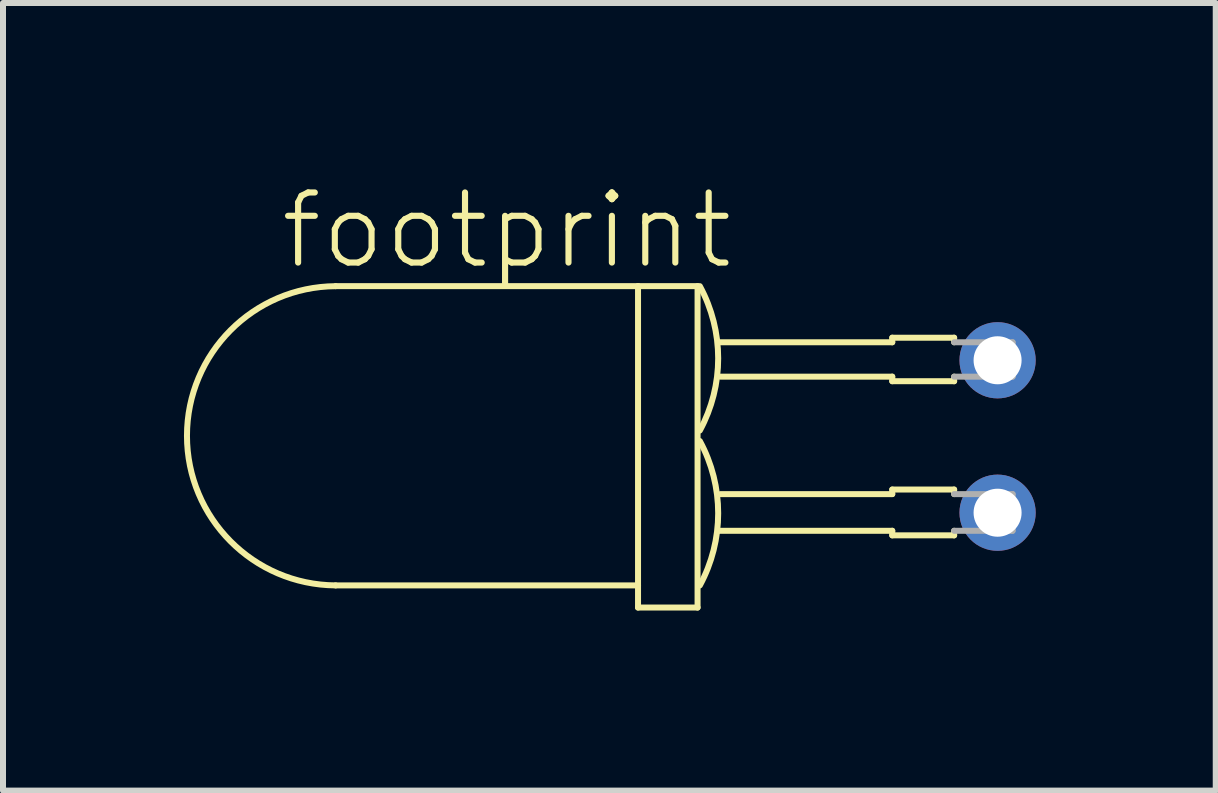
<source format=kicad_pcb>
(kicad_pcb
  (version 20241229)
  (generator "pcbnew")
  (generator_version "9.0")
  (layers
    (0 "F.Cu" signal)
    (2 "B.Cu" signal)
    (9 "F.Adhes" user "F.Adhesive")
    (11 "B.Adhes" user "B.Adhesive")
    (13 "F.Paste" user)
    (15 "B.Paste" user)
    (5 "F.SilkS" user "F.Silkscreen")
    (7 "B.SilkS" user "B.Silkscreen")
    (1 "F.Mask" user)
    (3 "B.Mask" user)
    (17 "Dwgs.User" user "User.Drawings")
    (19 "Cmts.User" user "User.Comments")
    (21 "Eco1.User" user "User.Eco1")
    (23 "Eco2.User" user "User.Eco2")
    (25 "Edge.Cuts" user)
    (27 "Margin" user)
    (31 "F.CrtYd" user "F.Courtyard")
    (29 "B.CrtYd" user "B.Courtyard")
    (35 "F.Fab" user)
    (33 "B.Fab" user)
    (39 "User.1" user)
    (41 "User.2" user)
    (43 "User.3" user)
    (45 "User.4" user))
  (footprint "footprint"
    (layer "F.Cu")
    (at 13.572 4.223)
    (property "Reference" "footprint" (at -12 -2.75 0) (layer "F.SilkS") (effects (font (size 1.168 1.168) (thickness 0.102)) (justify left bottom)))
    (fp_line (start -11.03 2.481) (end -5.991 2.481) (stroke (width 0.1) (type solid)) (layer "F.SilkS"))
    (fp_line (start -5.991 -2.505) (end -11.03 -2.505) (stroke (width 0.1) (type solid)) (layer "F.SilkS"))
    (fp_line (start -5.991 -2.505) (end -4.999 -2.505) (stroke (width 0.1) (type solid)) (layer "F.SilkS"))
    (fp_line (start -5.991 2.481) (end -5.991 -2.505) (stroke (width 0.1) (type solid)) (layer "F.SilkS"))
    (fp_line (start -5.991 2.85) (end -5.991 2.481) (stroke (width 0.1) (type solid)) (layer "F.SilkS"))
    (fp_line (start -4.999 -2.505) (end -4.999 2.85) (stroke (width 0.1) (type solid)) (layer "F.SilkS"))
    (fp_line (start -4.999 2.85) (end -5.991 2.85) (stroke (width 0.1) (type solid)) (layer "F.SilkS"))
    (fp_line (start -4.632 1.571) (end -1.755 1.571) (stroke (width 0.1) (type solid)) (layer "F.SilkS"))
    (fp_line (start -4.619 -1.57) (end -1.755 -1.57) (stroke (width 0.1) (type solid)) (layer "F.SilkS"))
    (fp_line (start -4.617 -0.997) (end -1.755 -0.997) (stroke (width 0.1) (type solid)) (layer "F.SilkS"))
    (fp_line (start -4.617 0.96) (end -1.755 0.96) (stroke (width 0.1) (type solid)) (layer "F.SilkS"))
    (fp_line (start -1.755 -1.646) (end -0.724 -1.646) (stroke (width 0.1) (type solid)) (layer "F.SilkS"))
    (fp_line (start -1.755 -1.57) (end -1.755 -1.646) (stroke (width 0.1) (type solid)) (layer "F.SilkS"))
    (fp_line (start -1.755 -0.997) (end -1.755 -0.921) (stroke (width 0.1) (type solid)) (layer "F.SilkS"))
    (fp_line (start -1.755 -0.921) (end -0.724 -0.921) (stroke (width 0.1) (type solid)) (layer "F.SilkS"))
    (fp_line (start -1.755 0.884) (end -0.724 0.884) (stroke (width 0.1) (type solid)) (layer "F.SilkS"))
    (fp_line (start -1.755 0.96) (end -1.755 0.884) (stroke (width 0.1) (type solid)) (layer "F.SilkS"))
    (fp_line (start -1.755 1.571) (end -1.755 1.647) (stroke (width 0.1) (type solid)) (layer "F.SilkS"))
    (fp_line (start -1.755 1.647) (end -0.724 1.647) (stroke (width 0.1) (type solid)) (layer "F.SilkS"))
    (fp_line (start -0.724 -1.646) (end -0.724 -1.57) (stroke (width 0.1) (type solid)) (layer "F.SilkS"))
    (fp_line (start -0.724 -0.921) (end -0.724 -0.997) (stroke (width 0.1) (type solid)) (layer "F.SilkS"))
    (fp_line (start -0.724 0.884) (end -0.724 0.96) (stroke (width 0.1) (type solid)) (layer "F.SilkS"))
    (fp_line (start -0.724 1.647) (end -0.724 1.571) (stroke (width 0.1) (type solid)) (layer "F.SilkS"))
    (fp_arc (start -11.02964 2.480918) (mid -13.522391 -0.011833) (end -11.02964 -2.504584) (stroke (width 0.1) (type solid)) (layer "F.SilkS"))
    (fp_arc (start -4.960928 -2.504584) (mid -4.655512 -1.302292) (end -4.960928 -0.1) (stroke (width 0.1) (type solid)) (layer "F.SilkS"))
    (fp_arc (start -4.960928 0.076337) (mid -4.655512 1.278629) (end -4.960928 2.480921) (stroke (width 0.1) (type solid)) (layer "F.SilkS"))
    (fp_line (start -0.724 -1.57) (end 0.25 -1.57) (stroke (width 0.1) (type solid)) (layer "F.Fab"))
    (fp_line (start -0.724 -0.997) (end 0.25 -0.997) (stroke (width 0.1) (type solid)) (layer "F.Fab"))
    (fp_line (start -0.724 0.96) (end 0.25 0.96) (stroke (width 0.1) (type solid)) (layer "F.Fab"))
    (fp_line (start -0.724 1.571) (end 0.25 1.571) (stroke (width 0.1) (type solid)) (layer "F.Fab"))
    (fp_line (start 0.25 -1.57) (end 0.25 -0.997) (stroke (width 0.1) (type solid)) (layer "F.Fab"))
    (fp_line (start 0.25 1.571) (end 0.25 0.96) (stroke (width 0.1) (type solid)) (layer "F.Fab"))
    (pad "A" thru_hole circle (at 0 1.27) (size 1.27 1.27) (drill 0.8) (layers "*.Cu" "*.Mask"))
    (pad "K" thru_hole circle (at 0 -1.27) (size 1.27 1.27) (drill 0.8) (layers "*.Cu" "*.Mask")))
  (gr_rect
    (start -3 -3)
    (end 17.207 10.123)
    (stroke (width 0.1) (type default))
    (fill no)
    (layer "Edge.Cuts")))
</source>
